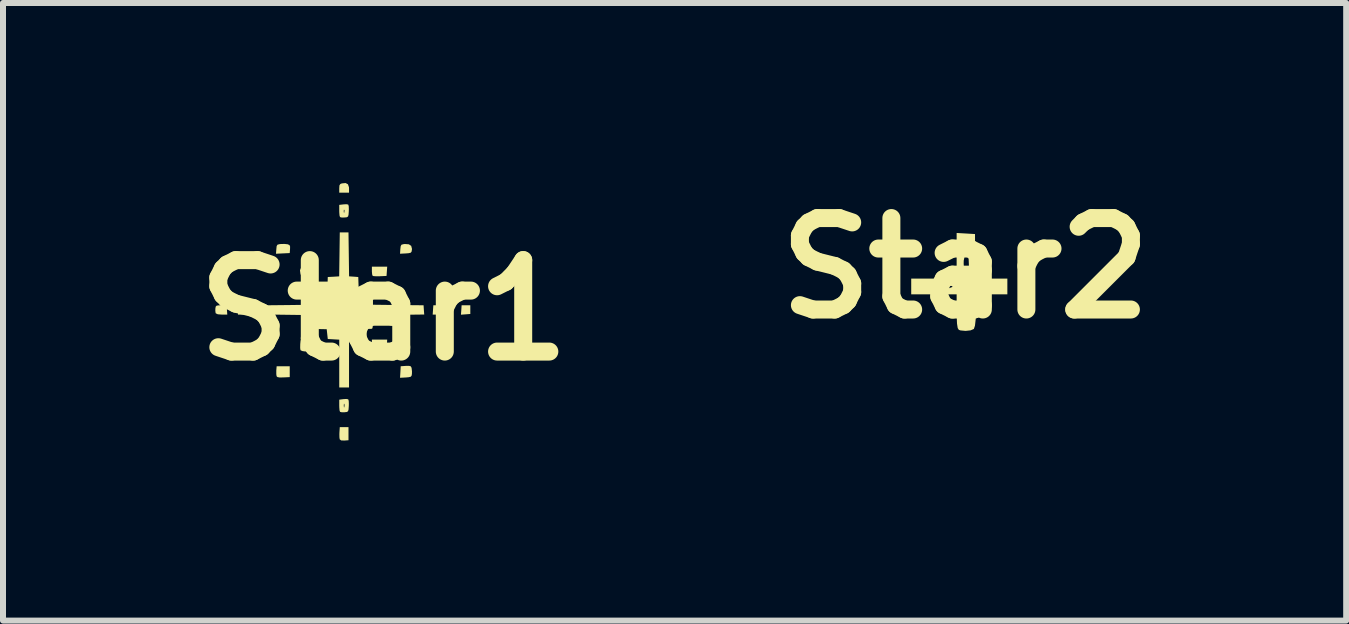
<source format=kicad_pcb>
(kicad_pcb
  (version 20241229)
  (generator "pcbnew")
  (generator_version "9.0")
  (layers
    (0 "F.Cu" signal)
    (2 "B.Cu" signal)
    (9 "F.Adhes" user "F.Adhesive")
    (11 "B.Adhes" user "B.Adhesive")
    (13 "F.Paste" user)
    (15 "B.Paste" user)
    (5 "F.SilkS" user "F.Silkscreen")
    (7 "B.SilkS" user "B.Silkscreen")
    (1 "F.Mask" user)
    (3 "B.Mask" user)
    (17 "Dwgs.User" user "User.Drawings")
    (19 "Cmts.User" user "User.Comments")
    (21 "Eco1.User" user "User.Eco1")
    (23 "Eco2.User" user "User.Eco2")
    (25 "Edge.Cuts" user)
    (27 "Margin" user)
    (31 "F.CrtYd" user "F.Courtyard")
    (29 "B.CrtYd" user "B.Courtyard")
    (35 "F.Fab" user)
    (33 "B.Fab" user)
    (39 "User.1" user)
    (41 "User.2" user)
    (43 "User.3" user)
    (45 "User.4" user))
  (footprint "Star1"
    (layer "F.Cu")
    (at 3.346 2.119)
    (property "Reference" "Star1" (at 0 0 0) (layer "F.SilkS") (effects (font (size 1.524 1.524) (thickness 0.3))))
    (attr board_only exclude_from_pos_files exclude_from_bom)
    (fp_poly (pts (xy -2.137 0.073) (xy -2.431 0.073) (xy -2.42 -0.082) (xy -2.148 -0.082)) (stroke (width 0) (type solid)) (fill yes) (layer "F.SilkS"))
    (fp_poly (pts (xy 0.045 0.68) (xy -0.077 0.685) (xy -0.199 0.691) (xy -0.199 0.49) (xy 0.056 0.49)) (stroke (width 0) (type solid)) (fill yes) (layer "F.SilkS"))
    (fp_poly (pts (xy 1.102 -0.005) (xy 1.108 0.073) (xy 0.814 0.073) (xy 0.825 -0.082) (xy 1.097 -0.082)) (stroke (width 0) (type solid)) (fill yes) (layer "F.SilkS"))
    (fp_poly (pts (xy 1.441 0.063) (xy 1.363 0.069) (xy 1.285 0.075) (xy 1.291 -0.003) (xy 1.296 -0.082) (xy 1.441 -0.082)) (stroke (width 0) (type solid)) (fill yes) (layer "F.SilkS"))
    (fp_poly (pts (xy -0.589 2.167) (xy -0.657 2.172) (xy -0.711 2.17) (xy -0.735 2.152) (xy -0.74 2.119) (xy -0.741 2.066) (xy -0.74 2.037) (xy -0.734 1.949) (xy -0.589 1.949)) (stroke (width 0) (type solid)) (fill yes) (layer "F.SilkS"))
    (fp_poly (pts (xy -1.568 1.115) (xy -1.673 1.12) (xy -1.737 1.121) (xy -1.774 1.114) (xy -1.787 1.1) (xy -1.792 1.065) (xy -1.792 1.014) (xy -1.792 1.004) (xy -1.786 0.934) (xy -1.568 0.934)) (stroke (width 0) (type solid)) (fill yes) (layer "F.SilkS"))
    (fp_poly (pts (xy -0.598 -2.098) (xy -0.581 -2.049) (xy -0.58 -2.029) (xy -0.58 -1.958) (xy -0.743 -1.958) (xy -0.743 -2.03) (xy -0.74 -2.079) (xy -0.725 -2.103) (xy -0.699 -2.113) (xy -0.637 -2.119)) (stroke (width 0) (type solid)) (fill yes) (layer "F.SilkS"))
    (fp_poly (pts (xy 0.045 -0.571) (xy -0.064 -0.566) (xy -0.124 -0.565) (xy -0.169 -0.568) (xy -0.187 -0.573) (xy -0.195 -0.598) (xy -0.199 -0.644) (xy -0.199 -0.656) (xy -0.199 -0.725) (xy 0.056 -0.725)) (stroke (width 0) (type solid)) (fill yes) (layer "F.SilkS"))
    (fp_poly (pts (xy -1.197 -0.562) (xy -1.287 -0.562) (xy -1.342 -0.564) (xy -1.371 -0.573) (xy -1.385 -0.594) (xy -1.388 -0.606) (xy -1.397 -0.663) (xy -1.384 -0.698) (xy -1.345 -0.716) (xy -1.292 -0.722) (xy -1.197 -0.727)) (stroke (width 0) (type solid)) (fill yes) (layer "F.SilkS"))
    (fp_poly (pts (xy -2.614 -0.005) (xy -2.609 0.073) (xy -2.701 0.073) (xy -2.767 0.068) (xy -2.799 0.053) (xy -2.803 0.047) (xy -2.808 0.01) (xy -2.807 -0.03) (xy -2.801 -0.061) (xy -2.785 -0.076) (xy -2.75 -0.081) (xy -2.71 -0.082) (xy -2.62 -0.082)) (stroke (width 0) (type solid)) (fill yes) (layer "F.SilkS"))
    (fp_poly (pts (xy -1.606 -1.099) (xy -1.601 -1.098) (xy -1.572 -1.085) (xy -1.562 -1.06) (xy -1.563 -1.019) (xy -1.568 -0.952) (xy -1.797 -0.941) (xy -1.791 -1.019) (xy -1.786 -1.068) (xy -1.773 -1.091) (xy -1.742 -1.1) (xy -1.715 -1.103) (xy -1.656 -1.104)) (stroke (width 0) (type solid)) (fill yes) (layer "F.SilkS"))
    (fp_poly (pts (xy 0.417 -1.098) (xy 0.456 -1.072) (xy 0.469 -1.022) (xy 0.468 -1.008) (xy 0.462 -0.975) (xy 0.448 -0.958) (xy 0.415 -0.95) (xy 0.366 -0.946) (xy 0.27 -0.941) (xy 0.275 -1.019) (xy 0.281 -1.068) (xy 0.294 -1.091) (xy 0.325 -1.1) (xy 0.35 -1.103)) (stroke (width 0) (type solid)) (fill yes) (layer "F.SilkS"))
    (fp_poly (pts (xy 0.447 0.934) (xy 0.46 0.955) (xy 0.463 0.967) (xy 0.469 1.019) (xy 0.468 1.063) (xy 0.462 1.093) (xy 0.446 1.11) (xy 0.411 1.117) (xy 0.366 1.121) (xy 0.27 1.126) (xy 0.276 1.03) (xy 0.281 0.934) (xy 0.367 0.928) (xy 0.419 0.927)) (stroke (width 0) (type solid)) (fill yes) (layer "F.SilkS"))
    (fp_poly (pts (xy -1.194 0.57) (xy -1.191 0.624) (xy -1.192 0.662) (xy -1.193 0.67) (xy -1.214 0.683) (xy -1.258 0.689) (xy -1.309 0.688) (xy -1.357 0.681) (xy -1.386 0.668) (xy -1.389 0.664) (xy -1.394 0.63) (xy -1.393 0.579) (xy -1.393 0.568) (xy -1.387 0.499) (xy -1.294 0.493) (xy -1.2 0.488)) (stroke (width 0) (type solid)) (fill yes) (layer "F.SilkS"))
    (fp_poly (pts (xy -0.596 -1.761) (xy -0.593 -1.759) (xy -0.585 -1.735) (xy -0.583 -1.687) (xy -0.584 -1.648) (xy -0.588 -1.592) (xy -0.596 -1.562) (xy -0.616 -1.549) (xy -0.652 -1.545) (xy -0.653 -1.545) (xy -0.7 -1.544) (xy -0.729 -1.551) (xy -0.73 -1.552) (xy -0.738 -1.576) (xy -0.742 -1.624) (xy -0.743 -1.65) (xy -0.668 -1.65) (xy -0.665 -1.624) (xy -0.659 -1.627) (xy -0.656 -1.664) (xy -0.659 -1.672) (xy -0.665 -1.675) (xy -0.668 -1.65) (xy -0.743 -1.65) (xy -0.743 -1.66) (xy -0.743 -1.755) (xy -0.675 -1.763) (xy -0.627 -1.766)) (stroke (width 0) (type solid)) (fill yes) (layer "F.SilkS"))
    (fp_poly (pts (xy -0.596 1.484) (xy -0.593 1.486) (xy -0.585 1.511) (xy -0.583 1.559) (xy -0.584 1.597) (xy -0.588 1.654) (xy -0.596 1.683) (xy -0.616 1.696) (xy -0.652 1.7) (xy -0.653 1.701) (xy -0.7 1.701) (xy -0.729 1.694) (xy -0.73 1.693) (xy -0.738 1.669) (xy -0.742 1.621) (xy -0.743 1.586) (xy -0.667 1.586) (xy -0.665 1.617) (xy -0.66 1.62) (xy -0.659 1.618) (xy -0.655 1.582) (xy -0.658 1.564) (xy -0.664 1.557) (xy -0.667 1.581) (xy -0.667 1.586) (xy -0.743 1.586) (xy -0.743 1.585) (xy -0.743 1.491) (xy -0.675 1.482) (xy -0.627 1.479)) (stroke (width 0) (type solid)) (fill yes) (layer "F.SilkS"))
    (fp_poly (pts (xy -0.584 -0.93) (xy -0.579 -0.564) (xy -0.503 -0.559) (xy -0.426 -0.553) (xy -0.416 -0.254) (xy -0.181 -0.254) (xy -0.181 -0.091) (xy 0.24 -0.086) (xy 0.662 -0.082) (xy 0.667 -0.005) (xy 0.673 0.072) (xy 0.25 0.077) (xy -0.172 0.082) (xy -0.178 0.195) (xy -0.182 0.254) (xy -0.189 0.295) (xy -0.196 0.309) (xy -0.22 0.311) (xy -0.268 0.312) (xy -0.308 0.314) (xy -0.408 0.317) (xy -0.417 0.399) (xy -0.424 0.449) (xy -0.438 0.474) (xy -0.468 0.483) (xy -0.503 0.486) (xy -0.58 0.492) (xy -0.58 1.287) (xy -0.743 1.287) (xy -0.743 0.491) (xy -0.934 0.48) (xy -0.943 0.399) (xy -0.952 0.317) (xy -1.052 0.315) (xy -1.109 0.313) (xy -1.151 0.311) (xy -1.164 0.31) (xy -1.171 0.293) (xy -1.178 0.249) (xy -1.182 0.195) (xy -1.188 0.082) (xy -1.96 0.072) (xy -1.955 -0.005) (xy -1.949 -0.082) (xy -1.564 -0.086) (xy -1.178 -0.091) (xy -1.178 -0.254) (xy -0.944 -0.254) (xy -0.939 -0.403) (xy -0.934 -0.553) (xy -0.839 -0.558) (xy -0.744 -0.564) (xy -0.734 -1.296) (xy -0.589 -1.296)) (stroke (width 0) (type solid)) (fill yes) (layer "F.SilkS")))
  (footprint "Star2"
    (layer "F.Cu")
    (at 13.037 1.418)
    (property "Reference" "Star2" (at 0 0 0) (layer "F.SilkS") (effects (font (size 1.524 1.524) (thickness 0.3))))
    (attr board_only exclude_from_pos_files exclude_from_bom)
    (fp_poly (pts (xy 0.007 -0.577) (xy 0.16 -0.568) (xy 0.161 -0.262) (xy 0.16 -0.094) (xy 0.162 0.025) (xy 0.171 0.103) (xy 0.193 0.148) (xy 0.234 0.17) (xy 0.298 0.176) (xy 0.392 0.175) (xy 0.437 0.175) (xy 0.699 0.175) (xy 0.699 0.437) (xy 0.175 0.437) (xy 0.175 0.708) (xy 0.171 0.857) (xy 0.159 0.96) (xy 0.141 1.013) (xy 0.14 1.014) (xy 0.086 1.037) (xy 0.003 1.046) (xy -0.081 1.038) (xy -0.109 1.029) (xy -0.128 0.999) (xy -0.14 0.924) (xy -0.145 0.799) (xy -0.146 0.726) (xy -0.146 0.437) (xy -0.903 0.437) (xy -0.903 0.313) (xy -0.368 0.313) (xy -0.367 0.316) (xy -0.328 0.333) (xy -0.267 0.333) (xy -0.218 0.314) (xy -0.214 0.311) (xy -0.225 0.298) (xy -0.278 0.291) (xy -0.288 0.291) (xy -0.347 0.298) (xy -0.368 0.313) (xy -0.903 0.313) (xy -0.903 0.175) (xy -0.146 0.175) (xy -0.146 -0.078) (xy -0.029 -0.078) (xy -0.025 0.004) (xy -0.015 0.059) (xy -0.01 0.068) (xy 0.027 0.087) (xy 0.049 0.054) (xy 0.058 -0.034) (xy 0.058 -0.058) (xy 0.054 -0.15) (xy 0.037 -0.195) (xy 0.015 -0.204) (xy -0.015 -0.186) (xy -0.028 -0.126) (xy -0.029 -0.078) (xy -0.146 -0.078) (xy -0.146 -0.586)) (stroke (width 0) (type solid)) (fill yes) (layer "F.SilkS")))
  (gr_rect
    (start -3 -3)
    (end 19.382 7.291)
    (stroke (width 0.1) (type default))
    (fill no)
    (layer "Edge.Cuts")))
</source>
